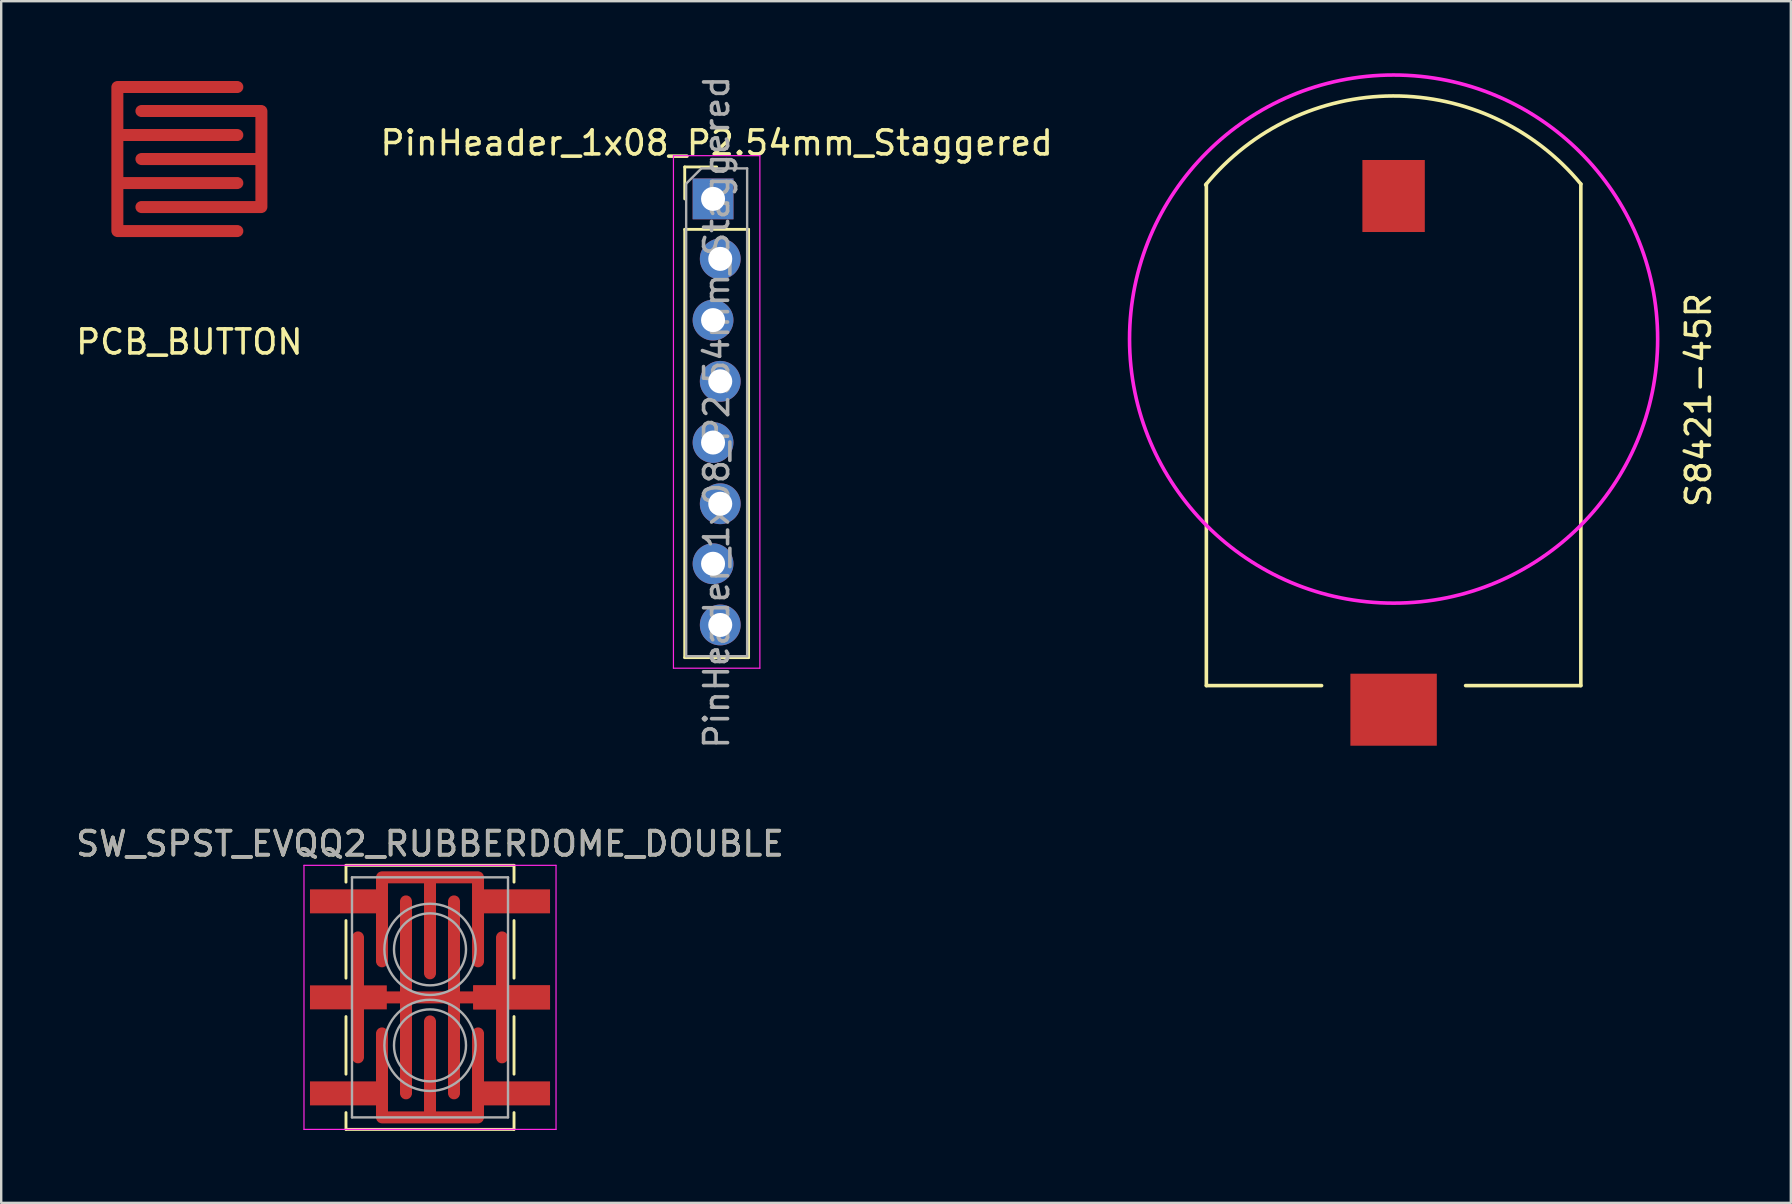
<source format=kicad_pcb>
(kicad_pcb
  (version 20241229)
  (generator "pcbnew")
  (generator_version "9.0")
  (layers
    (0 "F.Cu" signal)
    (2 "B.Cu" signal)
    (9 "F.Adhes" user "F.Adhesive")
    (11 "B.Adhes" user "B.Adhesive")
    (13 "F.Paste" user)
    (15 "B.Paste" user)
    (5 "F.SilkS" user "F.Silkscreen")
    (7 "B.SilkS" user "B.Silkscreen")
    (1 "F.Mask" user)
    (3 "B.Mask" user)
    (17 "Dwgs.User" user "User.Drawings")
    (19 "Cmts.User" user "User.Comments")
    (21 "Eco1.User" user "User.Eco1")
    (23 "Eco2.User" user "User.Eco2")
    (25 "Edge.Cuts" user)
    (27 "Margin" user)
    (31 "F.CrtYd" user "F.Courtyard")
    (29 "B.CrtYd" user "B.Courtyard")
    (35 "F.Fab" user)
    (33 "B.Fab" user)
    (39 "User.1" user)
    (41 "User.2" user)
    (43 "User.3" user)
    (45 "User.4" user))
  (footprint "PinHeader_1x08_P2.54mm_Staggered"
    (layer "F.Cu")
    (at 26.804 5.235)
    (property "Reference" "PinHeader_1x08_P2.54mm_Staggered" (at 0 -2.33 0) (layer "F.SilkS") (effects (font (size 1 1) (thickness 0.15))))
    (attr through_hole)
    (fp_line (start -1.33 -1.33) (end 0 -1.33) (stroke (width 0.12) (type solid)) (layer "F.SilkS"))
    (fp_line (start -1.33 0) (end -1.33 -1.33) (stroke (width 0.12) (type solid)) (layer "F.SilkS"))
    (fp_line (start -1.33 1.27) (end -1.33 19.11) (stroke (width 0.12) (type solid)) (layer "F.SilkS"))
    (fp_line (start -1.33 1.27) (end 1.33 1.27) (stroke (width 0.12) (type solid)) (layer "F.SilkS"))
    (fp_line (start -1.33 19.11) (end 1.33 19.11) (stroke (width 0.12) (type solid)) (layer "F.SilkS"))
    (fp_line (start 1.33 1.27) (end 1.33 19.11) (stroke (width 0.12) (type solid)) (layer "F.SilkS"))
    (fp_line (start -1.8 -1.8) (end -1.8 19.55) (stroke (width 0.05) (type solid)) (layer "F.CrtYd"))
    (fp_line (start -1.8 19.55) (end 1.8 19.55) (stroke (width 0.05) (type solid)) (layer "F.CrtYd"))
    (fp_line (start 1.8 -1.8) (end -1.8 -1.8) (stroke (width 0.05) (type solid)) (layer "F.CrtYd"))
    (fp_line (start 1.8 19.55) (end 1.8 -1.8) (stroke (width 0.05) (type solid)) (layer "F.CrtYd"))
    (fp_line (start -1.27 -0.635) (end -0.635 -1.27) (stroke (width 0.1) (type solid)) (layer "F.Fab"))
    (fp_line (start -1.27 19.05) (end -1.27 -0.635) (stroke (width 0.1) (type solid)) (layer "F.Fab"))
    (fp_line (start -0.635 -1.27) (end 1.27 -1.27) (stroke (width 0.1) (type solid)) (layer "F.Fab"))
    (fp_line (start 1.27 -1.27) (end 1.27 19.05) (stroke (width 0.1) (type solid)) (layer "F.Fab"))
    (fp_line (start 1.27 19.05) (end -1.27 19.05) (stroke (width 0.1) (type solid)) (layer "F.Fab"))
    (fp_text user "${REFERENCE}" (at 0 8.89 90) (layer "F.Fab") (effects (font (size 1 1) (thickness 0.15))))
    (pad "1" thru_hole rect (at -0.15 0) (size 1.7 1.7) (drill 1) (layers "*.Cu" "*.Mask"))
    (pad "2" thru_hole oval (at 0.15 2.5) (size 1.7 1.7) (drill 1) (layers "*.Cu" "*.Mask"))
    (pad "3" thru_hole oval (at -0.15 5.05) (size 1.7 1.7) (drill 1) (layers "*.Cu" "*.Mask"))
    (pad "4" thru_hole oval (at 0.15 7.6) (size 1.7 1.7) (drill 1) (layers "*.Cu" "*.Mask"))
    (pad "5" thru_hole oval (at -0.15 10.15) (size 1.7 1.7) (drill 1) (layers "*.Cu" "*.Mask"))
    (pad "6" thru_hole oval (at 0.15 12.7) (size 1.7 1.7) (drill 1) (layers "*.Cu" "*.Mask"))
    (pad "7" thru_hole oval (at -0.15 15.2) (size 1.7 1.7) (drill 1) (layers "*.Cu" "*.Mask"))
    (pad "8" thru_hole oval (at 0.15 17.75) (size 1.7 1.7) (drill 1) (layers "*.Cu" "*.Mask")))
  (footprint "S8421-45R"
    (layer "F.Cu")
    (at 55.004 13.615)
    (property "Reference" "S8421-45R" (at 12.7 0 90) (layer "F.SilkS") (effects (font (size 1 1) (thickness 0.15))))
    (attr through_hole)
    (fp_line (start -7.8 11.895) (end -7.8 -9) (stroke (width 0.15) (type solid)) (layer "F.SilkS"))
    (fp_line (start -7.8 11.895) (end -3 11.895) (stroke (width 0.15) (type solid)) (layer "F.SilkS"))
    (fp_line (start 7.8 11.895) (end 3 11.895) (stroke (width 0.15) (type solid)) (layer "F.SilkS"))
    (fp_line (start 7.8 11.895) (end 7.8 -9) (stroke (width 0.15) (type solid)) (layer "F.SilkS"))
    (fp_arc (start -7.829622 -8.964066) (mid -0.023285 -12.667737) (end 7.8 -9) (stroke (width 0.15) (type solid)) (layer "F.SilkS"))
    (fp_circle (center 0 -2.54) (end 11 -2.54) (stroke (width 0.15) (type solid)) (fill no) (layer "F.CrtYd"))
    (pad "1" smd rect (at 0 -7) (size 2.6 3) (drill (offset 0 -1.5)) (layers "F.Cu" "F.Mask" "F.Paste"))
    (pad "2" smd rect (at 0 11.4) (size 3.6 3) (drill (offset 0 1.5)) (layers "F.Cu" "F.Mask" "F.Paste")))
  (footprint "PCB_BUTTON"
    (layer "F.Cu")
    (at 4.839 3.575)
    (property "Reference" "PCB_BUTTON" (at 0 7.62 0) (layer "F.SilkS") (effects (font (size 1 1) (thickness 0.15))))
    (attr through_hole)
    (fp_poly (pts (xy -3.5 3.5) (xy -3.5 -3.5) (xy 3.5 -3.5) (xy 3.5 3.5)) (stroke (width 0.15) (type solid)) (fill yes) (layer "F.Mask"))
    (pad "1" smd custom (at -3 0) (size 0.01 0.01) (layers "F.Cu" "F.Mask" "F.Paste") (options (anchor rect)) (primitives (gr_line (start 0 -3) (end 0 3) (width 0.5)) (gr_line (start 0 -3) (end 5 -3) (width 0.5)) (gr_line (start 0 -1) (end 5 -1) (width 0.5)) (gr_line (start 0 1) (end 5 1) (width 0.5)) (gr_line (start 0 3) (end 5 3) (width 0.5))))
    (pad "2" smd custom (at 3 0 180) (size 0.01 0.01) (layers "F.Cu" "F.Mask" "F.Paste") (options (anchor rect)) (primitives (gr_line (start 0 -2) (end 0 2) (width 0.5)) (gr_line (start 0 -2) (end 5 -2) (width 0.5)) (gr_line (start 0 0) (end 5 0) (width 0.5)) (gr_line (start 0 2) (end 5 2) (width 0.5)))))
  (footprint "SW_SPST_EVQQ2_RUBBERDOME_DOUBLE"
    (layer "F.Cu")
    (at 14.863 40.498)
    (property "Reference" "SW_SPST_EVQQ2_RUBBERDOME_DOUBLE" (at 0 -8.4 0) (layer "F.SilkS") (effects (font (size 1 1) (thickness 0.15))))
    (attr smd)
    (fp_poly (pts (xy -3.25 -7.25) (xy 3.25 -7.25) (xy 3.25 3.25) (xy -3.25 3.25)) (stroke (width 0.15) (type solid)) (fill yes) (layer "F.Mask"))
    (fp_line (start -3.5 -7.5) (end -3.5 -6.8) (stroke (width 0.12) (type solid)) (layer "F.SilkS"))
    (fp_line (start -3.5 -5.2) (end -3.5 -2.8) (stroke (width 0.12) (type solid)) (layer "F.SilkS"))
    (fp_line (start -3.5 -1.2) (end -3.5 1.2) (stroke (width 0.12) (type solid)) (layer "F.SilkS"))
    (fp_line (start -3.5 3.5) (end -3.5 2.8) (stroke (width 0.12) (type solid)) (layer "F.SilkS"))
    (fp_line (start -3.5 3.5) (end 3.5 3.5) (stroke (width 0.12) (type solid)) (layer "F.SilkS"))
    (fp_line (start 3.5 -7.5) (end -3.5 -7.5) (stroke (width 0.12) (type solid)) (layer "F.SilkS"))
    (fp_line (start 3.5 -7.5) (end 3.5 -6.8) (stroke (width 0.12) (type solid)) (layer "F.SilkS"))
    (fp_line (start 3.5 -5.2) (end 3.5 -2.8) (stroke (width 0.12) (type solid)) (layer "F.SilkS"))
    (fp_line (start 3.5 -1.2) (end 3.5 1.2) (stroke (width 0.12) (type solid)) (layer "F.SilkS"))
    (fp_line (start 3.5 3.5) (end 3.5 2.8) (stroke (width 0.12) (type solid)) (layer "F.SilkS"))
    (fp_line (start -5.25 -7.5) (end 5.25 -7.5) (stroke (width 0.05) (type solid)) (layer "F.CrtYd"))
    (fp_line (start -5.25 3.5) (end -5.25 -7.5) (stroke (width 0.05) (type solid)) (layer "F.CrtYd"))
    (fp_line (start 5.25 -7.5) (end 5.25 3.5) (stroke (width 0.05) (type solid)) (layer "F.CrtYd"))
    (fp_line (start 5.25 3.5) (end -5.25 3.5) (stroke (width 0.05) (type solid)) (layer "F.CrtYd"))
    (fp_line (start -3.25 -7) (end 3.25 -7) (stroke (width 0.1) (type solid)) (layer "F.Fab"))
    (fp_line (start -3.25 3) (end -3.25 -7) (stroke (width 0.1) (type solid)) (layer "F.Fab"))
    (fp_line (start 3.25 -7) (end 3.25 3) (stroke (width 0.1) (type solid)) (layer "F.Fab"))
    (fp_line (start 3.25 3) (end -3.25 3) (stroke (width 0.1) (type solid)) (layer "F.Fab"))
    (fp_circle (center 0 -4) (end 1.5 -4) (stroke (width 0.1) (type solid)) (fill no) (layer "F.Fab"))
    (fp_circle (center 0 -4) (end 1.9 -4) (stroke (width 0.1) (type solid)) (fill no) (layer "F.Fab"))
    (fp_circle (center 0 0) (end 1.5 0) (stroke (width 0.1) (type solid)) (fill no) (layer "F.Fab"))
    (fp_circle (center 0 0) (end 1.9 0) (stroke (width 0.1) (type solid)) (fill no) (layer "F.Fab"))
    (fp_text user "${REFERENCE}" (at 0 -8.4 0) (layer "F.Fab") (effects (font (size 1 1) (thickness 0.15))))
    (pad "1" smd custom (at -3.4 -2) (size 3.2 1) (layers "F.Cu" "F.Mask" "F.Paste") (options (anchor rect)) (primitives))
    (pad "1" smd custom (at 0 -2) (size 0.5 0.5) (layers "F.Cu" "F.Mask") (options (anchor rect)) (primitives (gr_line (start -3 0) (end 3 0) (width 0.5)) (gr_line (start -3 -2.5) (end -3 2.5) (width 0.5)) (gr_line (start -1 -4) (end -1 4) (width 0.5)) (gr_line (start 1 -4) (end 1 4) (width 0.5)) (gr_line (start 3 -2.5) (end 3 2.5) (width 0.5))))
    (pad "1" smd rect (at 3.4 -2) (size 3.2 1) (layers "F.Cu" "F.Mask" "F.Paste"))
    (pad "1" smd rect (at 3.4 -2) (size 3.2 1) (layers "F.Cu" "F.Mask" "F.Paste"))
    (pad "2" smd rect (at -3.4 -6) (size 3.2 1) (layers "F.Cu" "F.Mask" "F.Paste"))
    (pad "2" smd rect (at -3.4 2) (size 3.2 1) (layers "F.Cu" "F.Mask" "F.Paste"))
    (pad "2" smd custom (at -1 3 180) (size 0.5 0.5) (layers "F.Cu" "F.Mask") (options (anchor rect)) (primitives (gr_line (start -3 0) (end 1 0) (width 0.5)) (gr_line (start -3 0) (end -3 3.5) (width 0.5)) (gr_line (start -1 0) (end -1 4) (width 0.5)) (gr_line (start 1 0) (end 1 3.5) (width 0.5))))
    (pad "2" smd custom (at 1 -7) (size 0.5 0.5) (layers "F.Cu" "F.Mask") (options (anchor rect)) (primitives (gr_line (start -3 0) (end 1 0) (width 0.5)) (gr_line (start -3 0) (end -3 3.5) (width 0.5)) (gr_line (start -1 0) (end -1 4) (width 0.5)) (gr_line (start 1 0) (end 1 3.5) (width 0.5))))
    (pad "2" smd rect (at 3.4 -6) (size 3.2 1) (layers "F.Cu" "F.Mask" "F.Paste"))
    (pad "2" smd rect (at 3.4 2) (size 3.2 1) (layers "F.Cu" "F.Mask" "F.Paste")))
  (gr_rect
    (start -3 -3)
    (end 71.552 47.058)
    (stroke (width 0.1) (type default))
    (fill no)
    (layer "Edge.Cuts")))
</source>
